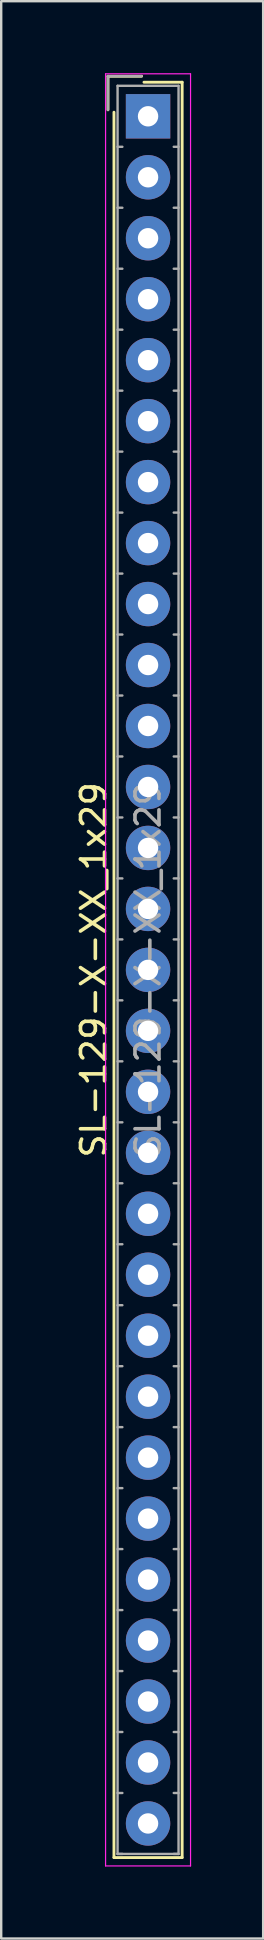
<source format=kicad_pcb>
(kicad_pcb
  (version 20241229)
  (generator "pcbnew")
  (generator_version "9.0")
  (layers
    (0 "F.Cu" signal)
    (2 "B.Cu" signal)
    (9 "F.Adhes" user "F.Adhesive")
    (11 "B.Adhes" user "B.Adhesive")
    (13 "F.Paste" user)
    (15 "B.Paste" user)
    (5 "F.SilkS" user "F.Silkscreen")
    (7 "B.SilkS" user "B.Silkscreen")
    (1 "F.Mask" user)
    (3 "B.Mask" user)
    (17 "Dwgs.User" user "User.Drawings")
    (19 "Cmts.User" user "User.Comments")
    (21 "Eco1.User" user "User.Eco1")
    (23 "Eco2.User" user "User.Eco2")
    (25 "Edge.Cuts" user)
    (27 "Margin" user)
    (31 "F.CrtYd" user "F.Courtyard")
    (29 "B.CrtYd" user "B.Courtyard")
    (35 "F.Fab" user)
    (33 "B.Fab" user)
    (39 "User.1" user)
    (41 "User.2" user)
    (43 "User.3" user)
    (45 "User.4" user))
  (footprint "SL-129-X-XX_1x29"
    (layer "F.Cu")
    (at 3.118 1.795)
    (property "Reference" "SL-129-X-XX_1x29" (at -2.27 35.56 90) (layer "F.SilkS") (effects (font (size 1 1) (thickness 0.15))))
    (attr through_hole)
    (fp_line (start -1.67 -1.67) (end -1.67 -0.27) (stroke (width 0.12) (type solid)) (layer "F.SilkS"))
    (fp_line (start -1.42 72.54) (end -1.42 -0.17) (stroke (width 0.12) (type solid)) (layer "F.SilkS"))
    (fp_line (start -0.27 -1.67) (end -1.67 -1.67) (stroke (width 0.12) (type solid)) (layer "F.SilkS"))
    (fp_line (start -0.17 -1.42) (end 1.42 -1.42) (stroke (width 0.12) (type solid)) (layer "F.SilkS"))
    (fp_line (start 1.42 -1.42) (end 1.42 72.54) (stroke (width 0.12) (type solid)) (layer "F.SilkS"))
    (fp_line (start 1.42 72.54) (end -1.42 72.54) (stroke (width 0.12) (type solid)) (layer "F.SilkS"))
    (fp_line (start -1.77 -1.77) (end -1.77 72.89) (stroke (width 0.05) (type solid)) (layer "F.CrtYd"))
    (fp_line (start -1.77 72.89) (end 1.77 72.89) (stroke (width 0.05) (type solid)) (layer "F.CrtYd"))
    (fp_line (start 1.77 -1.77) (end -1.77 -1.77) (stroke (width 0.05) (type solid)) (layer "F.CrtYd"))
    (fp_line (start 1.77 72.89) (end 1.77 -1.77) (stroke (width 0.05) (type solid)) (layer "F.CrtYd"))
    (fp_line (start -1.67 -1.67) (end -1.67 -0.27) (stroke (width 0.1) (type solid)) (layer "F.Fab"))
    (fp_line (start -1.27 -1.27) (end -1.27 72.39) (stroke (width 0.1) (type solid)) (layer "F.Fab"))
    (fp_line (start -1.27 1.27) (end -1.07 1.27) (stroke (width 0.1) (type solid)) (layer "F.Fab"))
    (fp_line (start -1.27 3.81) (end -1.07 3.81) (stroke (width 0.1) (type solid)) (layer "F.Fab"))
    (fp_line (start -1.27 6.35) (end -1.07 6.35) (stroke (width 0.1) (type solid)) (layer "F.Fab"))
    (fp_line (start -1.27 8.89) (end -1.07 8.89) (stroke (width 0.1) (type solid)) (layer "F.Fab"))
    (fp_line (start -1.27 11.43) (end -1.07 11.43) (stroke (width 0.1) (type solid)) (layer "F.Fab"))
    (fp_line (start -1.27 13.97) (end -1.07 13.97) (stroke (width 0.1) (type solid)) (layer "F.Fab"))
    (fp_line (start -1.27 16.51) (end -1.07 16.51) (stroke (width 0.1) (type solid)) (layer "F.Fab"))
    (fp_line (start -1.27 19.05) (end -1.07 19.05) (stroke (width 0.1) (type solid)) (layer "F.Fab"))
    (fp_line (start -1.27 21.59) (end -1.07 21.59) (stroke (width 0.1) (type solid)) (layer "F.Fab"))
    (fp_line (start -1.27 24.13) (end -1.07 24.13) (stroke (width 0.1) (type solid)) (layer "F.Fab"))
    (fp_line (start -1.27 26.67) (end -1.07 26.67) (stroke (width 0.1) (type solid)) (layer "F.Fab"))
    (fp_line (start -1.27 29.21) (end -1.07 29.21) (stroke (width 0.1) (type solid)) (layer "F.Fab"))
    (fp_line (start -1.27 31.75) (end -1.07 31.75) (stroke (width 0.1) (type solid)) (layer "F.Fab"))
    (fp_line (start -1.27 34.29) (end -1.07 34.29) (stroke (width 0.1) (type solid)) (layer "F.Fab"))
    (fp_line (start -1.27 36.83) (end -1.07 36.83) (stroke (width 0.1) (type solid)) (layer "F.Fab"))
    (fp_line (start -1.27 39.37) (end -1.07 39.37) (stroke (width 0.1) (type solid)) (layer "F.Fab"))
    (fp_line (start -1.27 41.91) (end -1.07 41.91) (stroke (width 0.1) (type solid)) (layer "F.Fab"))
    (fp_line (start -1.27 44.45) (end -1.07 44.45) (stroke (width 0.1) (type solid)) (layer "F.Fab"))
    (fp_line (start -1.27 46.99) (end -1.07 46.99) (stroke (width 0.1) (type solid)) (layer "F.Fab"))
    (fp_line (start -1.27 49.53) (end -1.07 49.53) (stroke (width 0.1) (type solid)) (layer "F.Fab"))
    (fp_line (start -1.27 52.07) (end -1.07 52.07) (stroke (width 0.1) (type solid)) (layer "F.Fab"))
    (fp_line (start -1.27 54.61) (end -1.07 54.61) (stroke (width 0.1) (type solid)) (layer "F.Fab"))
    (fp_line (start -1.27 57.15) (end -1.07 57.15) (stroke (width 0.1) (type solid)) (layer "F.Fab"))
    (fp_line (start -1.27 59.69) (end -1.07 59.69) (stroke (width 0.1) (type solid)) (layer "F.Fab"))
    (fp_line (start -1.27 62.23) (end -1.07 62.23) (stroke (width 0.1) (type solid)) (layer "F.Fab"))
    (fp_line (start -1.27 64.77) (end -1.07 64.77) (stroke (width 0.1) (type solid)) (layer "F.Fab"))
    (fp_line (start -1.27 67.31) (end -1.07 67.31) (stroke (width 0.1) (type solid)) (layer "F.Fab"))
    (fp_line (start -1.27 69.85) (end -1.07 69.85) (stroke (width 0.1) (type solid)) (layer "F.Fab"))
    (fp_line (start -1.27 72.39) (end -1.07 72.39) (stroke (width 0.1) (type solid)) (layer "F.Fab"))
    (fp_line (start -1.27 72.39) (end 1.27 72.39) (stroke (width 0.1) (type solid)) (layer "F.Fab"))
    (fp_line (start -0.27 -1.67) (end -1.67 -1.67) (stroke (width 0.1) (type solid)) (layer "F.Fab"))
    (fp_line (start 1.27 -1.27) (end -1.27 -1.27) (stroke (width 0.1) (type solid)) (layer "F.Fab"))
    (fp_line (start 1.27 1.27) (end 1.07 1.27) (stroke (width 0.1) (type solid)) (layer "F.Fab"))
    (fp_line (start 1.27 3.81) (end 1.07 3.81) (stroke (width 0.1) (type solid)) (layer "F.Fab"))
    (fp_line (start 1.27 6.35) (end 1.07 6.35) (stroke (width 0.1) (type solid)) (layer "F.Fab"))
    (fp_line (start 1.27 8.89) (end 1.07 8.89) (stroke (width 0.1) (type solid)) (layer "F.Fab"))
    (fp_line (start 1.27 11.43) (end 1.07 11.43) (stroke (width 0.1) (type solid)) (layer "F.Fab"))
    (fp_line (start 1.27 13.97) (end 1.07 13.97) (stroke (width 0.1) (type solid)) (layer "F.Fab"))
    (fp_line (start 1.27 16.51) (end 1.07 16.51) (stroke (width 0.1) (type solid)) (layer "F.Fab"))
    (fp_line (start 1.27 19.05) (end 1.07 19.05) (stroke (width 0.1) (type solid)) (layer "F.Fab"))
    (fp_line (start 1.27 21.59) (end 1.07 21.59) (stroke (width 0.1) (type solid)) (layer "F.Fab"))
    (fp_line (start 1.27 24.13) (end 1.07 24.13) (stroke (width 0.1) (type solid)) (layer "F.Fab"))
    (fp_line (start 1.27 26.67) (end 1.07 26.67) (stroke (width 0.1) (type solid)) (layer "F.Fab"))
    (fp_line (start 1.27 29.21) (end 1.07 29.21) (stroke (width 0.1) (type solid)) (layer "F.Fab"))
    (fp_line (start 1.27 31.75) (end 1.07 31.75) (stroke (width 0.1) (type solid)) (layer "F.Fab"))
    (fp_line (start 1.27 34.29) (end 1.07 34.29) (stroke (width 0.1) (type solid)) (layer "F.Fab"))
    (fp_line (start 1.27 36.83) (end 1.07 36.83) (stroke (width 0.1) (type solid)) (layer "F.Fab"))
    (fp_line (start 1.27 39.37) (end 1.07 39.37) (stroke (width 0.1) (type solid)) (layer "F.Fab"))
    (fp_line (start 1.27 41.91) (end 1.07 41.91) (stroke (width 0.1) (type solid)) (layer "F.Fab"))
    (fp_line (start 1.27 44.45) (end 1.07 44.45) (stroke (width 0.1) (type solid)) (layer "F.Fab"))
    (fp_line (start 1.27 46.99) (end 1.07 46.99) (stroke (width 0.1) (type solid)) (layer "F.Fab"))
    (fp_line (start 1.27 49.53) (end 1.07 49.53) (stroke (width 0.1) (type solid)) (layer "F.Fab"))
    (fp_line (start 1.27 52.07) (end 1.07 52.07) (stroke (width 0.1) (type solid)) (layer "F.Fab"))
    (fp_line (start 1.27 54.61) (end 1.07 54.61) (stroke (width 0.1) (type solid)) (layer "F.Fab"))
    (fp_line (start 1.27 57.15) (end 1.07 57.15) (stroke (width 0.1) (type solid)) (layer "F.Fab"))
    (fp_line (start 1.27 59.69) (end 1.07 59.69) (stroke (width 0.1) (type solid)) (layer "F.Fab"))
    (fp_line (start 1.27 62.23) (end 1.07 62.23) (stroke (width 0.1) (type solid)) (layer "F.Fab"))
    (fp_line (start 1.27 64.77) (end 1.07 64.77) (stroke (width 0.1) (type solid)) (layer "F.Fab"))
    (fp_line (start 1.27 67.31) (end 1.07 67.31) (stroke (width 0.1) (type solid)) (layer "F.Fab"))
    (fp_line (start 1.27 69.85) (end 1.07 69.85) (stroke (width 0.1) (type solid)) (layer "F.Fab"))
    (fp_line (start 1.27 72.39) (end 1.07 72.39) (stroke (width 0.1) (type solid)) (layer "F.Fab"))
    (fp_line (start 1.27 72.39) (end 1.27 -1.27) (stroke (width 0.1) (type solid)) (layer "F.Fab"))
    (fp_text user "${REFERENCE}" (at 0 35.56 90) (layer "F.Fab") (effects (font (size 1 1) (thickness 0.15))))
    (pad "1" thru_hole rect (at 0 0) (size 1.85 1.85) (drill 0.85) (layers "*.Cu" "*.Mask"))
    (pad "2" thru_hole circle (at 0 2.54) (size 1.85 1.85) (drill 0.85) (layers "*.Cu" "*.Mask"))
    (pad "3" thru_hole circle (at 0 5.08) (size 1.85 1.85) (drill 0.85) (layers "*.Cu" "*.Mask"))
    (pad "4" thru_hole circle (at 0 7.62) (size 1.85 1.85) (drill 0.85) (layers "*.Cu" "*.Mask"))
    (pad "5" thru_hole circle (at 0 10.16) (size 1.85 1.85) (drill 0.85) (layers "*.Cu" "*.Mask"))
    (pad "6" thru_hole circle (at 0 12.7) (size 1.85 1.85) (drill 0.85) (layers "*.Cu" "*.Mask"))
    (pad "7" thru_hole circle (at 0 15.24) (size 1.85 1.85) (drill 0.85) (layers "*.Cu" "*.Mask"))
    (pad "8" thru_hole circle (at 0 17.78) (size 1.85 1.85) (drill 0.85) (layers "*.Cu" "*.Mask"))
    (pad "9" thru_hole circle (at 0 20.32) (size 1.85 1.85) (drill 0.85) (layers "*.Cu" "*.Mask"))
    (pad "10" thru_hole circle (at 0 22.86) (size 1.85 1.85) (drill 0.85) (layers "*.Cu" "*.Mask"))
    (pad "11" thru_hole circle (at 0 25.4) (size 1.85 1.85) (drill 0.85) (layers "*.Cu" "*.Mask"))
    (pad "12" thru_hole circle (at 0 27.94) (size 1.85 1.85) (drill 0.85) (layers "*.Cu" "*.Mask"))
    (pad "13" thru_hole circle (at 0 30.48) (size 1.85 1.85) (drill 0.85) (layers "*.Cu" "*.Mask"))
    (pad "14" thru_hole circle (at 0 33.02) (size 1.85 1.85) (drill 0.85) (layers "*.Cu" "*.Mask"))
    (pad "15" thru_hole circle (at 0 35.56) (size 1.85 1.85) (drill 0.85) (layers "*.Cu" "*.Mask"))
    (pad "16" thru_hole circle (at 0 38.1) (size 1.85 1.85) (drill 0.85) (layers "*.Cu" "*.Mask"))
    (pad "17" thru_hole circle (at 0 40.64) (size 1.85 1.85) (drill 0.85) (layers "*.Cu" "*.Mask"))
    (pad "18" thru_hole circle (at 0 43.18) (size 1.85 1.85) (drill 0.85) (layers "*.Cu" "*.Mask"))
    (pad "19" thru_hole circle (at 0 45.72) (size 1.85 1.85) (drill 0.85) (layers "*.Cu" "*.Mask"))
    (pad "20" thru_hole circle (at 0 48.26) (size 1.85 1.85) (drill 0.85) (layers "*.Cu" "*.Mask"))
    (pad "21" thru_hole circle (at 0 50.8) (size 1.85 1.85) (drill 0.85) (layers "*.Cu" "*.Mask"))
    (pad "22" thru_hole circle (at 0 53.34) (size 1.85 1.85) (drill 0.85) (layers "*.Cu" "*.Mask"))
    (pad "23" thru_hole circle (at 0 55.88) (size 1.85 1.85) (drill 0.85) (layers "*.Cu" "*.Mask"))
    (pad "24" thru_hole circle (at 0 58.42) (size 1.85 1.85) (drill 0.85) (layers "*.Cu" "*.Mask"))
    (pad "25" thru_hole circle (at 0 60.96) (size 1.85 1.85) (drill 0.85) (layers "*.Cu" "*.Mask"))
    (pad "26" thru_hole circle (at 0 63.5) (size 1.85 1.85) (drill 0.85) (layers "*.Cu" "*.Mask"))
    (pad "27" thru_hole circle (at 0 66.04) (size 1.85 1.85) (drill 0.85) (layers "*.Cu" "*.Mask"))
    (pad "28" thru_hole circle (at 0 68.58) (size 1.85 1.85) (drill 0.85) (layers "*.Cu" "*.Mask"))
    (pad "29" thru_hole circle (at 0 71.12) (size 1.85 1.85) (drill 0.85) (layers "*.Cu" "*.Mask")))
  (gr_rect
    (start -3 -3)
    (end 7.913 77.71)
    (stroke (width 0.1) (type default))
    (fill no)
    (layer "Edge.Cuts")))
</source>
